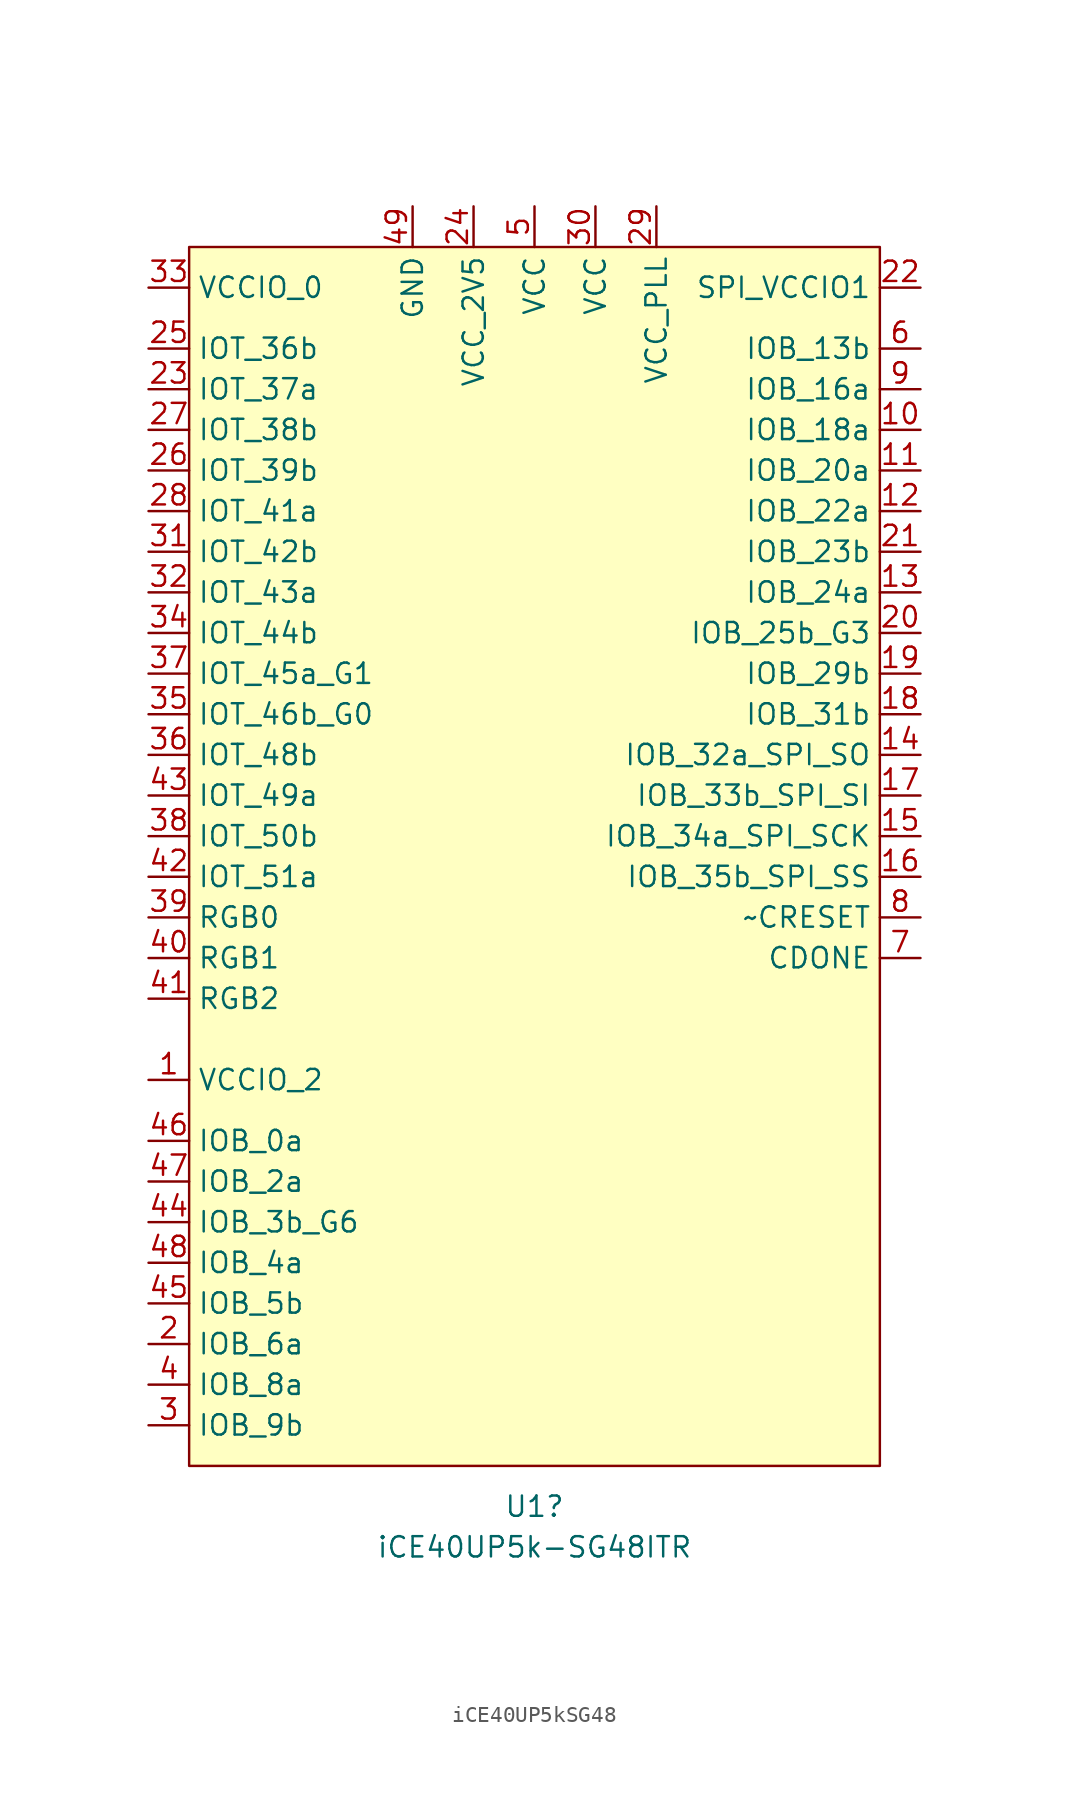
<source format=kicad_sym>
(kicad_symbol_lib
  (version 20231120)
  (generator "kicad_symbol_editor")
  (generator_version "8.0")
  (symbol "iCE40UP5kSG48"
    (property "Reference" "U1"
      (at 0 -43.18 0)
      (effects (font (size 1.27 1.27))))
    (property "Value" "iCE40UP5k-SG48ITR"
      (at 0 -45.72 0)
      (effects (font (size 1.27 1.27))))
    (symbol "iCE40UP5kSG48_1_1"
      (polyline (pts (xy -21.59 -40.64) (xy 21.59 -40.64) (xy 21.59 -40.64) (xy 21.59 35.56) (xy -21.59 35.56) (xy -21.59 -40.64)) (stroke (width 0) (type default)) (fill (type background)))
      (pin input line (at -24.13 -16.51 0) (length 2.54) (name "VCCIO_2" (effects (font (size 1.27 1.27)))) (number "1" (effects (font (size 1.27 1.27)))))
      (pin input line (at 24.13 24.13 180) (length 2.54) (name "IOB_18a" (effects (font (size 1.27 1.27)))) (number "10" (effects (font (size 1.27 1.27)))))
      (pin input line (at 24.13 21.59 180) (length 2.54) (name "IOB_20a" (effects (font (size 1.27 1.27)))) (number "11" (effects (font (size 1.27 1.27)))))
      (pin input line (at 24.13 19.05 180) (length 2.54) (name "IOB_22a" (effects (font (size 1.27 1.27)))) (number "12" (effects (font (size 1.27 1.27)))))
      (pin input line (at 24.13 13.97 180) (length 2.54) (name "IOB_24a" (effects (font (size 1.27 1.27)))) (number "13" (effects (font (size 1.27 1.27)))))
      (pin input line (at 24.13 3.81 180) (length 2.54) (name "IOB_32a_SPI_SO" (effects (font (size 1.27 1.27)))) (number "14" (effects (font (size 1.27 1.27)))))
      (pin input line (at 24.13 -1.27 180) (length 2.54) (name "IOB_34a_SPI_SCK" (effects (font (size 1.27 1.27)))) (number "15" (effects (font (size 1.27 1.27)))))
      (pin input line (at 24.13 -3.81 180) (length 2.54) (name "IOB_35b_SPI_SS" (effects (font (size 1.27 1.27)))) (number "16" (effects (font (size 1.27 1.27)))))
      (pin input line (at 24.13 1.27 180) (length 2.54) (name "IOB_33b_SPI_SI" (effects (font (size 1.27 1.27)))) (number "17" (effects (font (size 1.27 1.27)))))
      (pin input line (at 24.13 6.35 180) (length 2.54) (name "IOB_31b" (effects (font (size 1.27 1.27)))) (number "18" (effects (font (size 1.27 1.27)))))
      (pin input line (at 24.13 8.89 180) (length 2.54) (name "IOB_29b" (effects (font (size 1.27 1.27)))) (number "19" (effects (font (size 1.27 1.27)))))
      (pin input line (at -24.13 -33.02 0) (length 2.54) (name "IOB_6a" (effects (font (size 1.27 1.27)))) (number "2" (effects (font (size 1.27 1.27)))))
      (pin input line (at 24.13 11.43 180) (length 2.54) (name "IOB_25b_G3" (effects (font (size 1.27 1.27)))) (number "20" (effects (font (size 1.27 1.27)))))
      (pin input line (at 24.13 16.51 180) (length 2.54) (name "IOB_23b" (effects (font (size 1.27 1.27)))) (number "21" (effects (font (size 1.27 1.27)))))
      (pin input line (at 24.13 33.02 180) (length 2.54) (name "SPI_VCCIO1" (effects (font (size 1.27 1.27)))) (number "22" (effects (font (size 1.27 1.27)))))
      (pin input line (at -24.13 26.67 0) (length 2.54) (name "IOT_37a" (effects (font (size 1.27 1.27)))) (number "23" (effects (font (size 1.27 1.27)))))
      (pin input line (at -3.81 38.1 270) (length 2.54) (name "VCC_2V5" (effects (font (size 1.27 1.27)))) (number "24" (effects (font (size 1.27 1.27)))))
      (pin input line (at -24.13 29.21 0) (length 2.54) (name "IOT_36b" (effects (font (size 1.27 1.27)))) (number "25" (effects (font (size 1.27 1.27)))))
      (pin input line (at -24.13 21.59 0) (length 2.54) (name "IOT_39b" (effects (font (size 1.27 1.27)))) (number "26" (effects (font (size 1.27 1.27)))))
      (pin input line (at -24.13 24.13 0) (length 2.54) (name "IOT_38b" (effects (font (size 1.27 1.27)))) (number "27" (effects (font (size 1.27 1.27)))))
      (pin input line (at -24.13 19.05 0) (length 2.54) (name "IOT_41a" (effects (font (size 1.27 1.27)))) (number "28" (effects (font (size 1.27 1.27)))))
      (pin input line (at 7.62 38.1 270) (length 2.54) (name "VCC_PLL" (effects (font (size 1.27 1.27)))) (number "29" (effects (font (size 1.27 1.27)))))
      (pin input line (at -24.13 -38.1 0) (length 2.54) (name "IOB_9b" (effects (font (size 1.27 1.27)))) (number "3" (effects (font (size 1.27 1.27)))))
      (pin input line (at 3.81 38.1 270) (length 2.54) (name "VCC" (effects (font (size 1.27 1.27)))) (number "30" (effects (font (size 1.27 1.27)))))
      (pin input line (at -24.13 16.51 0) (length 2.54) (name "IOT_42b" (effects (font (size 1.27 1.27)))) (number "31" (effects (font (size 1.27 1.27)))))
      (pin input line (at -24.13 13.97 0) (length 2.54) (name "IOT_43a" (effects (font (size 1.27 1.27)))) (number "32" (effects (font (size 1.27 1.27)))))
      (pin input line (at -24.13 33.02 0) (length 2.54) (name "VCCIO_0" (effects (font (size 1.27 1.27)))) (number "33" (effects (font (size 1.27 1.27)))))
      (pin input line (at -24.13 11.43 0) (length 2.54) (name "IOT_44b" (effects (font (size 1.27 1.27)))) (number "34" (effects (font (size 1.27 1.27)))))
      (pin input line (at -24.13 6.35 0) (length 2.54) (name "IOT_46b_G0" (effects (font (size 1.27 1.27)))) (number "35" (effects (font (size 1.27 1.27)))))
      (pin input line (at -24.13 3.81 0) (length 2.54) (name "IOT_48b" (effects (font (size 1.27 1.27)))) (number "36" (effects (font (size 1.27 1.27)))))
      (pin input line (at -24.13 8.89 0) (length 2.54) (name "IOT_45a_G1" (effects (font (size 1.27 1.27)))) (number "37" (effects (font (size 1.27 1.27)))))
      (pin input line (at -24.13 -1.27 0) (length 2.54) (name "IOT_50b" (effects (font (size 1.27 1.27)))) (number "38" (effects (font (size 1.27 1.27)))))
      (pin input line (at -24.13 -6.35 0) (length 2.54) (name "RGB0" (effects (font (size 1.27 1.27)))) (number "39" (effects (font (size 1.27 1.27)))))
      (pin input line (at -24.13 -35.56 0) (length 2.54) (name "IOB_8a" (effects (font (size 1.27 1.27)))) (number "4" (effects (font (size 1.27 1.27)))))
      (pin input line (at -24.13 -8.89 0) (length 2.54) (name "RGB1" (effects (font (size 1.27 1.27)))) (number "40" (effects (font (size 1.27 1.27)))))
      (pin input line (at -24.13 -11.43 0) (length 2.54) (name "RGB2" (effects (font (size 1.27 1.27)))) (number "41" (effects (font (size 1.27 1.27)))))
      (pin input line (at -24.13 -3.81 0) (length 2.54) (name "IOT_51a" (effects (font (size 1.27 1.27)))) (number "42" (effects (font (size 1.27 1.27)))))
      (pin input line (at -24.13 1.27 0) (length 2.54) (name "IOT_49a" (effects (font (size 1.27 1.27)))) (number "43" (effects (font (size 1.27 1.27)))))
      (pin input line (at -24.13 -25.4 0) (length 2.54) (name "IOB_3b_G6" (effects (font (size 1.27 1.27)))) (number "44" (effects (font (size 1.27 1.27)))))
      (pin input line (at -24.13 -30.48 0) (length 2.54) (name "IOB_5b" (effects (font (size 1.27 1.27)))) (number "45" (effects (font (size 1.27 1.27)))))
      (pin input line (at -24.13 -20.32 0) (length 2.54) (name "IOB_0a" (effects (font (size 1.27 1.27)))) (number "46" (effects (font (size 1.27 1.27)))))
      (pin input line (at -24.13 -22.86 0) (length 2.54) (name "IOB_2a" (effects (font (size 1.27 1.27)))) (number "47" (effects (font (size 1.27 1.27)))))
      (pin input line (at -24.13 -27.94 0) (length 2.54) (name "IOB_4a" (effects (font (size 1.27 1.27)))) (number "48" (effects (font (size 1.27 1.27)))))
      (pin input line (at -7.62 38.1 270) (length 2.54) (name "GND" (effects (font (size 1.27 1.27)))) (number "49" (effects (font (size 1.27 1.27)))))
      (pin input line (at 0 38.1 270) (length 2.54) (name "VCC" (effects (font (size 1.27 1.27)))) (number "5" (effects (font (size 1.27 1.27)))))
      (pin input line (at 24.13 29.21 180) (length 2.54) (name "IOB_13b" (effects (font (size 1.27 1.27)))) (number "6" (effects (font (size 1.27 1.27)))))
      (pin input line (at 24.13 -8.89 180) (length 2.54) (name "CDONE" (effects (font (size 1.27 1.27)))) (number "7" (effects (font (size 1.27 1.27)))))
      (pin input line (at 24.13 -6.35 180) (length 2.54) (name "~CRESET" (effects (font (size 1.27 1.27)))) (number "8" (effects (font (size 1.27 1.27)))))
      (pin input line (at 24.13 26.67 180) (length 2.54) (name "IOB_16a" (effects (font (size 1.27 1.27)))) (number "9" (effects (font (size 1.27 1.27))))))))
</source>
